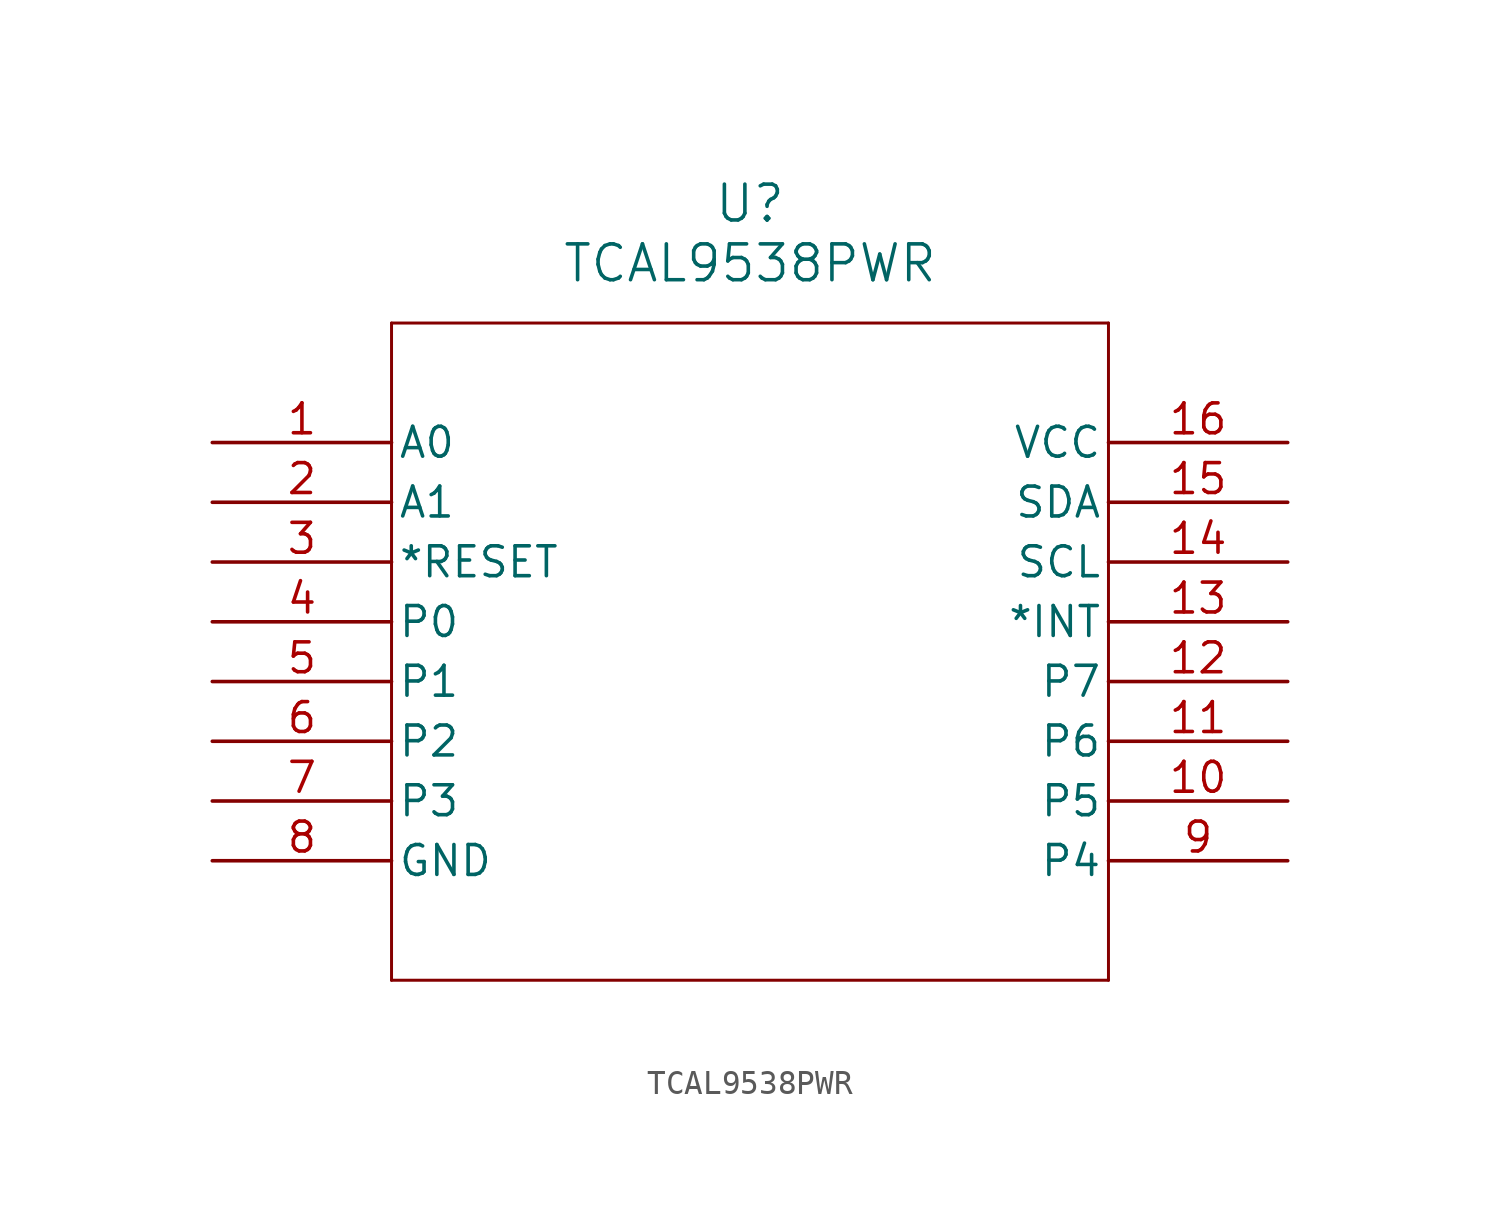
<source format=kicad_sym>
(kicad_symbol_lib
  (version 20211014)
  (generator kicad_symbol_editor)
  (symbol "TCAL9538PWR"
    (pin_names
      (offset 0.254))
    (property "Reference" "U"
      (at 22.86 10.16 0)
      (effects (font (size 1.524 1.524))))
    (property "Value" "TCAL9538PWR"
      (at 22.86 7.62 0)
      (effects (font (size 1.524 1.524))))
    (symbol "TCAL9538PWR_0_1"
      (polyline (pts (xy 7.62 5.08) (xy 7.62 -22.86)) (stroke (width 0.127) (type default) (color 0 0 0 0)) (fill (type none)))
      (polyline (pts (xy 7.62 -22.86) (xy 38.1 -22.86)) (stroke (width 0.127) (type default) (color 0 0 0 0)) (fill (type none)))
      (polyline (pts (xy 38.1 -22.86) (xy 38.1 5.08)) (stroke (width 0.127) (type default) (color 0 0 0 0)) (fill (type none)))
      (polyline (pts (xy 38.1 5.08) (xy 7.62 5.08)) (stroke (width 0.127) (type default) (color 0 0 0 0)) (fill (type none)))
      (pin input line (at 0 0 0) (length 7.62) (name "A0" (effects (font (size 1.27 1.27)))) (number "1" (effects (font (size 1.27 1.27)))))
      (pin input line (at 0 -2.54 0) (length 7.62) (name "A1" (effects (font (size 1.27 1.27)))) (number "2" (effects (font (size 1.27 1.27)))))
      (pin input line (at 0 -5.08 0) (length 7.62) (name "*RESET" (effects (font (size 1.27 1.27)))) (number "3" (effects (font (size 1.27 1.27)))))
      (pin bidirectional line (at 0 -7.62 0) (length 7.62) (name "P0" (effects (font (size 1.27 1.27)))) (number "4" (effects (font (size 1.27 1.27)))))
      (pin bidirectional line (at 0 -10.16 0) (length 7.62) (name "P1" (effects (font (size 1.27 1.27)))) (number "5" (effects (font (size 1.27 1.27)))))
      (pin bidirectional line (at 0 -12.7 0) (length 7.62) (name "P2" (effects (font (size 1.27 1.27)))) (number "6" (effects (font (size 1.27 1.27)))))
      (pin bidirectional line (at 0 -15.24 0) (length 7.62) (name "P3" (effects (font (size 1.27 1.27)))) (number "7" (effects (font (size 1.27 1.27)))))
      (pin power_out line (at 0 -17.78 0) (length 7.62) (name "GND" (effects (font (size 1.27 1.27)))) (number "8" (effects (font (size 1.27 1.27)))))
      (pin bidirectional line (at 45.72 -17.78 180) (length 7.62) (name "P4" (effects (font (size 1.27 1.27)))) (number "9" (effects (font (size 1.27 1.27)))))
      (pin bidirectional line (at 45.72 -15.24 180) (length 7.62) (name "P5" (effects (font (size 1.27 1.27)))) (number "10" (effects (font (size 1.27 1.27)))))
      (pin bidirectional line (at 45.72 -12.7 180) (length 7.62) (name "P6" (effects (font (size 1.27 1.27)))) (number "11" (effects (font (size 1.27 1.27)))))
      (pin bidirectional line (at 45.72 -10.16 180) (length 7.62) (name "P7" (effects (font (size 1.27 1.27)))) (number "12" (effects (font (size 1.27 1.27)))))
      (pin output line (at 45.72 -7.62 180) (length 7.62) (name "*INT" (effects (font (size 1.27 1.27)))) (number "13" (effects (font (size 1.27 1.27)))))
      (pin input line (at 45.72 -5.08 180) (length 7.62) (name "SCL" (effects (font (size 1.27 1.27)))) (number "14" (effects (font (size 1.27 1.27)))))
      (pin bidirectional line (at 45.72 -2.54 180) (length 7.62) (name "SDA" (effects (font (size 1.27 1.27)))) (number "15" (effects (font (size 1.27 1.27)))))
      (pin power_in line (at 45.72 0 180) (length 7.62) (name "VCC" (effects (font (size 1.27 1.27)))) (number "16" (effects (font (size 1.27 1.27))))))))
</source>
